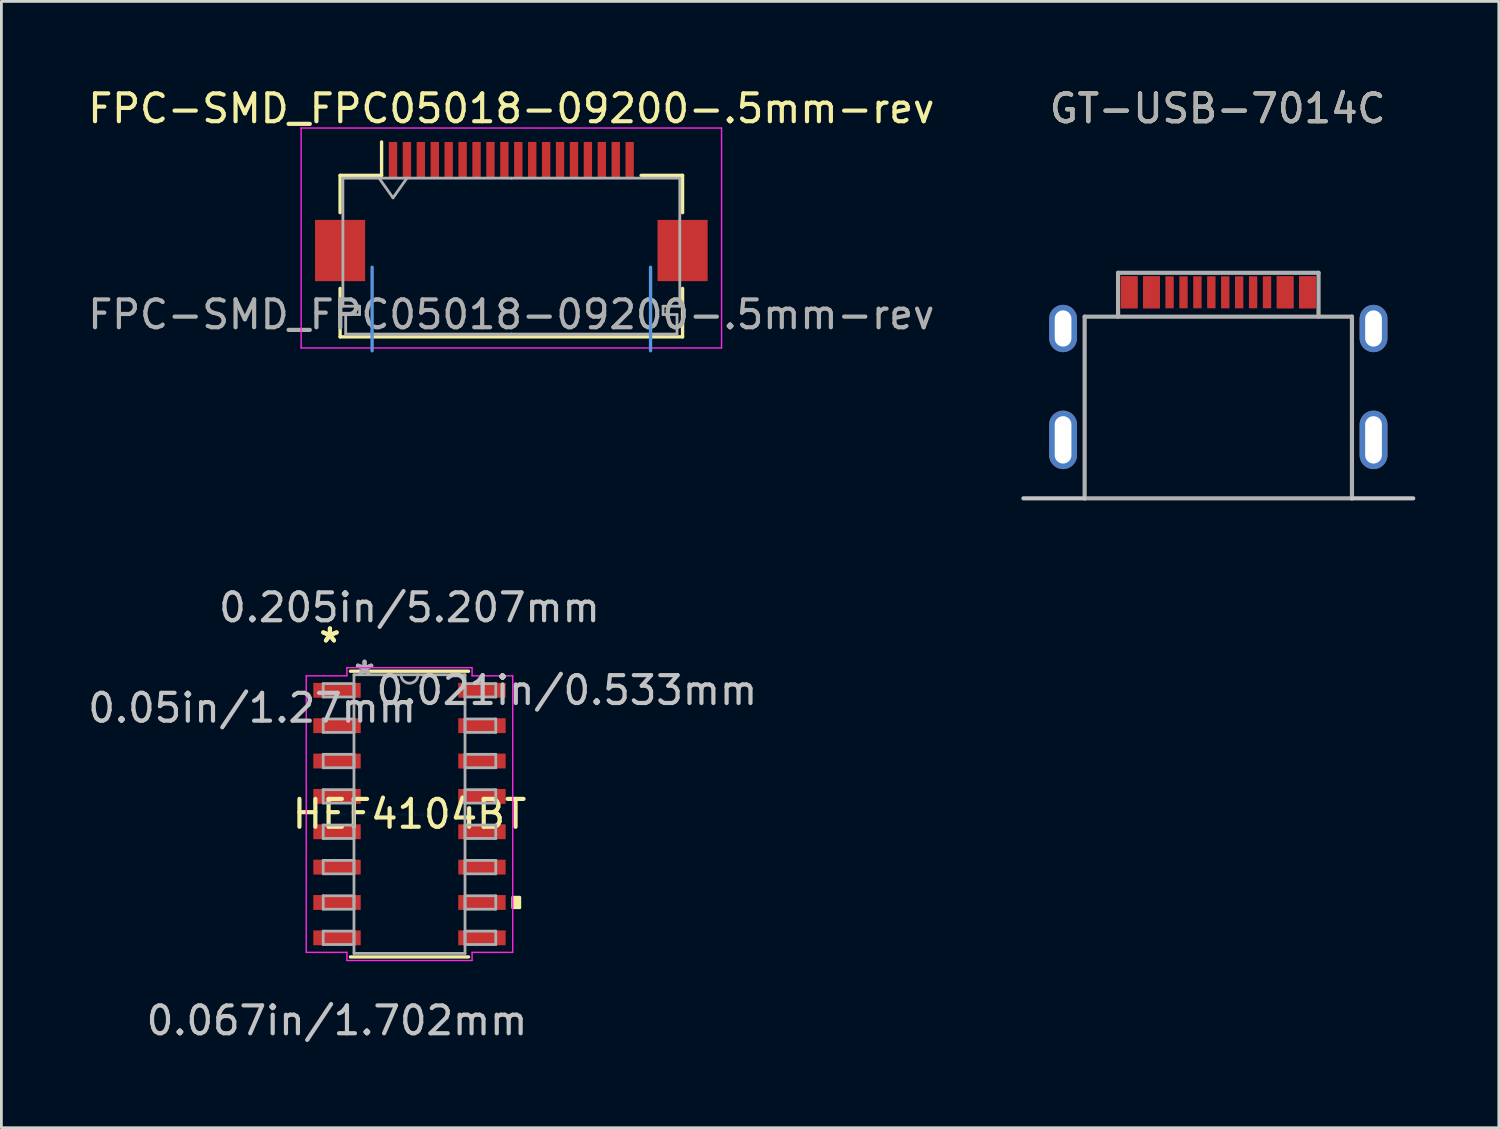
<source format=kicad_pcb>
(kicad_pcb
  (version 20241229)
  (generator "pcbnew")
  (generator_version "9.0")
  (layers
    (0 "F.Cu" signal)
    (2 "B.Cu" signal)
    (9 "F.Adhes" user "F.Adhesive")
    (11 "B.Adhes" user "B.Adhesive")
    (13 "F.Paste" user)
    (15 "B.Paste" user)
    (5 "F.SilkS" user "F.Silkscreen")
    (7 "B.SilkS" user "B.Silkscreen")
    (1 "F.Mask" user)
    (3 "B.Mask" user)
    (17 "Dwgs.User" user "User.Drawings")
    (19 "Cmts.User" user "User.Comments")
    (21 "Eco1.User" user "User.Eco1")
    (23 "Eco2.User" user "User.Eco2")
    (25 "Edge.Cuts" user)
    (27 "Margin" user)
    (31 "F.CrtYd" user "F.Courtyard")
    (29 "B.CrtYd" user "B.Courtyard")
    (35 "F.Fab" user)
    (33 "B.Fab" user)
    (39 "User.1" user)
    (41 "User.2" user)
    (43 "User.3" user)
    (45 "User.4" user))
  (footprint "GT-USB-7014C"
    (layer "F.Cu")
    (at 40.681 10.098)
    (property "Reference" "GT-USB-7014C" (at 0 -9.25 180) (layer "F.SilkS") (effects (font (size 1 1) (thickness 0.15))))
    (attr smd)
    (fp_line (start -4.775 4.75) (end -6.975 4.75) (stroke (width 0.15) (type solid)) (layer "Dwgs.User"))
    (fp_line (start 7.025 4.75) (end 4.825 4.75) (stroke (width 0.15) (type solid)) (layer "Dwgs.User"))
    (fp_line (start -4.775 -1.775) (end -4.775 4.75) (stroke (width 0.15) (type solid)) (layer "F.Fab"))
    (fp_line (start -3.575 -3.35) (end 3.625 -3.35) (stroke (width 0.15) (type solid)) (layer "F.Fab"))
    (fp_line (start -3.575 -1.775) (end -3.575 -3.35) (stroke (width 0.15) (type solid)) (layer "F.Fab"))
    (fp_line (start 3.625 -3.35) (end 3.625 -1.775) (stroke (width 0.15) (type solid)) (layer "F.Fab"))
    (fp_line (start 4.825 -1.775) (end -4.775 -1.775) (stroke (width 0.15) (type solid)) (layer "F.Fab"))
    (fp_line (start 4.825 -1.775) (end 4.825 4.75) (stroke (width 0.15) (type solid)) (layer "F.Fab"))
    (fp_line (start 4.825 4.75) (end -4.775 4.75) (stroke (width 0.15) (type solid)) (layer "F.Fab"))
    (fp_text user "${REFERENCE}" (at 0 -9.25 180) (layer "F.Fab") (effects (font (size 1 1) (thickness 0.15))))
    (pad "A1" smd rect (at -3.175 -2.65) (size 0.6 1.15) (layers "F.Cu" "F.Mask" "F.Paste"))
    (pad "A4" smd rect (at -2.375 -2.65) (size 0.6 1.15) (layers "F.Cu" "F.Mask" "F.Paste"))
    (pad "A5" smd rect (at -1.225 -2.65) (size 0.3 1.15) (layers "F.Cu" "F.Mask" "F.Paste"))
    (pad "A6" smd rect (at -0.225 -2.65) (size 0.3 1.15) (layers "F.Cu" "F.Mask" "F.Paste"))
    (pad "A7" smd rect (at 0.275 -2.65) (size 0.3 1.15) (layers "F.Cu" "F.Mask" "F.Paste"))
    (pad "A8" smd rect (at 1.275 -2.65) (size 0.3 1.15) (layers "F.Cu" "F.Mask" "F.Paste"))
    (pad "A9" smd rect (at 2.425 -2.65) (size 0.6 1.15) (layers "F.Cu" "F.Mask" "F.Paste"))
    (pad "A12" smd rect (at 3.225 -2.65) (size 0.6 1.15) (layers "F.Cu" "F.Mask" "F.Paste"))
    (pad "B1" smd rect (at 3.225 -2.65) (size 0.6 1.15) (layers "F.Cu" "F.Mask" "F.Paste"))
    (pad "B4" smd rect (at 2.425 -2.65) (size 0.6 1.15) (layers "F.Cu" "F.Mask" "F.Paste"))
    (pad "B5" smd rect (at 1.775 -2.65) (size 0.3 1.15) (layers "F.Cu" "F.Mask" "F.Paste"))
    (pad "B6" smd rect (at 0.775 -2.65) (size 0.3 1.15) (layers "F.Cu" "F.Mask" "F.Paste"))
    (pad "B7" smd rect (at -0.725 -2.65) (size 0.3 1.15) (layers "F.Cu" "F.Mask" "F.Paste"))
    (pad "B8" smd rect (at -1.725 -2.65) (size 0.3 1.15) (layers "F.Cu" "F.Mask" "F.Paste"))
    (pad "B9" smd rect (at -2.375 -2.65) (size 0.6 1.15) (layers "F.Cu" "F.Mask" "F.Paste"))
    (pad "B12" smd rect (at -3.175 -2.65) (size 0.6 1.15) (layers "F.Cu" "F.Mask" "F.Paste"))
    (pad "S1" thru_hole oval (at -5.55 -1.35) (size 1 1.7) (drill oval 0.6 1.3) (layers "*.Cu" "*.Mask"))
    (pad "S2" thru_hole oval (at 5.6 -1.35) (size 1 1.7) (drill oval 0.6 1.3) (layers "*.Cu" "*.Mask"))
    (pad "S3" thru_hole oval (at 5.6 2.65) (size 1 2.1) (drill oval 0.6 1.7) (layers "*.Cu" "*.Mask"))
    (pad "S4" thru_hole oval (at -5.55 2.65) (size 1 2.1) (drill oval 0.6 1.7) (layers "*.Cu" "*.Mask")))
  (footprint "HEF4104BT"
    (layer "F.Cu")
    (at 11.657 26.188)
    (property "Reference" "HEF4104BT" (at 0 0 0) (layer "F.SilkS") (effects (font (size 1 1) (thickness 0.15))))
    (attr through_hole)
    (fp_line (start -2.121 5.131) (end 2.121 5.131) (stroke (width 0.12) (type solid)) (layer "F.SilkS"))
    (fp_line (start 2.121 -5.131) (end -2.121 -5.131) (stroke (width 0.12) (type solid)) (layer "F.SilkS"))
    (fp_poly (pts (xy 3.962 2.985) (xy 3.962 3.365) (xy 3.708 3.365) (xy 3.708 2.985)) (stroke (width 0.1) (type solid)) (fill yes) (layer "F.SilkS"))
    (fp_line (start -3.708 -4.966) (end -2.248 -4.966) (stroke (width 0.05) (type solid)) (layer "F.CrtYd"))
    (fp_line (start -3.708 4.966) (end -3.708 -4.966) (stroke (width 0.05) (type solid)) (layer "F.CrtYd"))
    (fp_line (start -2.248 -5.258) (end 2.248 -5.258) (stroke (width 0.05) (type solid)) (layer "F.CrtYd"))
    (fp_line (start -2.248 -4.966) (end -2.248 -5.258) (stroke (width 0.05) (type solid)) (layer "F.CrtYd"))
    (fp_line (start -2.248 4.966) (end -3.708 4.966) (stroke (width 0.05) (type solid)) (layer "F.CrtYd"))
    (fp_line (start -2.248 5.258) (end -2.248 4.966) (stroke (width 0.05) (type solid)) (layer "F.CrtYd"))
    (fp_line (start 2.248 -5.258) (end 2.248 -4.966) (stroke (width 0.05) (type solid)) (layer "F.CrtYd"))
    (fp_line (start 2.248 -4.966) (end 3.708 -4.966) (stroke (width 0.05) (type solid)) (layer "F.CrtYd"))
    (fp_line (start 2.248 4.966) (end 2.248 5.258) (stroke (width 0.05) (type solid)) (layer "F.CrtYd"))
    (fp_line (start 2.248 5.258) (end -2.248 5.258) (stroke (width 0.05) (type solid)) (layer "F.CrtYd"))
    (fp_line (start 3.708 -4.966) (end 3.708 4.966) (stroke (width 0.05) (type solid)) (layer "F.CrtYd"))
    (fp_line (start 3.708 4.966) (end 2.248 4.966) (stroke (width 0.05) (type solid)) (layer "F.CrtYd"))
    (fp_line (start -3.099 -4.686) (end -3.099 -4.204) (stroke (width 0.1) (type solid)) (layer "F.Fab"))
    (fp_line (start -3.099 -4.204) (end -1.994 -4.204) (stroke (width 0.1) (type solid)) (layer "F.Fab"))
    (fp_line (start -3.099 -3.416) (end -3.099 -2.934) (stroke (width 0.1) (type solid)) (layer "F.Fab"))
    (fp_line (start -3.099 -2.934) (end -1.994 -2.934) (stroke (width 0.1) (type solid)) (layer "F.Fab"))
    (fp_line (start -3.099 -2.146) (end -3.099 -1.664) (stroke (width 0.1) (type solid)) (layer "F.Fab"))
    (fp_line (start -3.099 -1.664) (end -1.994 -1.664) (stroke (width 0.1) (type solid)) (layer "F.Fab"))
    (fp_line (start -3.099 -0.876) (end -3.099 -0.394) (stroke (width 0.1) (type solid)) (layer "F.Fab"))
    (fp_line (start -3.099 -0.394) (end -1.994 -0.394) (stroke (width 0.1) (type solid)) (layer "F.Fab"))
    (fp_line (start -3.099 0.394) (end -3.099 0.876) (stroke (width 0.1) (type solid)) (layer "F.Fab"))
    (fp_line (start -3.099 0.876) (end -1.994 0.876) (stroke (width 0.1) (type solid)) (layer "F.Fab"))
    (fp_line (start -3.099 1.664) (end -3.099 2.146) (stroke (width 0.1) (type solid)) (layer "F.Fab"))
    (fp_line (start -3.099 2.146) (end -1.994 2.146) (stroke (width 0.1) (type solid)) (layer "F.Fab"))
    (fp_line (start -3.099 2.934) (end -3.099 3.416) (stroke (width 0.1) (type solid)) (layer "F.Fab"))
    (fp_line (start -3.099 3.416) (end -1.994 3.416) (stroke (width 0.1) (type solid)) (layer "F.Fab"))
    (fp_line (start -3.099 4.204) (end -3.099 4.686) (stroke (width 0.1) (type solid)) (layer "F.Fab"))
    (fp_line (start -3.099 4.686) (end -1.994 4.686) (stroke (width 0.1) (type solid)) (layer "F.Fab"))
    (fp_line (start -1.994 -5.004) (end -1.994 5.004) (stroke (width 0.1) (type solid)) (layer "F.Fab"))
    (fp_line (start -1.994 -4.686) (end -3.099 -4.686) (stroke (width 0.1) (type solid)) (layer "F.Fab"))
    (fp_line (start -1.994 -4.204) (end -1.994 -4.686) (stroke (width 0.1) (type solid)) (layer "F.Fab"))
    (fp_line (start -1.994 -3.416) (end -3.099 -3.416) (stroke (width 0.1) (type solid)) (layer "F.Fab"))
    (fp_line (start -1.994 -2.934) (end -1.994 -3.416) (stroke (width 0.1) (type solid)) (layer "F.Fab"))
    (fp_line (start -1.994 -2.146) (end -3.099 -2.146) (stroke (width 0.1) (type solid)) (layer "F.Fab"))
    (fp_line (start -1.994 -1.664) (end -1.994 -2.146) (stroke (width 0.1) (type solid)) (layer "F.Fab"))
    (fp_line (start -1.994 -0.876) (end -3.099 -0.876) (stroke (width 0.1) (type solid)) (layer "F.Fab"))
    (fp_line (start -1.994 -0.394) (end -1.994 -0.876) (stroke (width 0.1) (type solid)) (layer "F.Fab"))
    (fp_line (start -1.994 0.394) (end -3.099 0.394) (stroke (width 0.1) (type solid)) (layer "F.Fab"))
    (fp_line (start -1.994 0.876) (end -1.994 0.394) (stroke (width 0.1) (type solid)) (layer "F.Fab"))
    (fp_line (start -1.994 1.664) (end -3.099 1.664) (stroke (width 0.1) (type solid)) (layer "F.Fab"))
    (fp_line (start -1.994 2.146) (end -1.994 1.664) (stroke (width 0.1) (type solid)) (layer "F.Fab"))
    (fp_line (start -1.994 2.934) (end -3.099 2.934) (stroke (width 0.1) (type solid)) (layer "F.Fab"))
    (fp_line (start -1.994 3.416) (end -1.994 2.934) (stroke (width 0.1) (type solid)) (layer "F.Fab"))
    (fp_line (start -1.994 4.204) (end -3.099 4.204) (stroke (width 0.1) (type solid)) (layer "F.Fab"))
    (fp_line (start -1.994 4.686) (end -1.994 4.204) (stroke (width 0.1) (type solid)) (layer "F.Fab"))
    (fp_line (start -1.994 5.004) (end 1.994 5.004) (stroke (width 0.1) (type solid)) (layer "F.Fab"))
    (fp_line (start 1.994 -5.004) (end -1.994 -5.004) (stroke (width 0.1) (type solid)) (layer "F.Fab"))
    (fp_line (start 1.994 -4.686) (end 1.994 -4.204) (stroke (width 0.1) (type solid)) (layer "F.Fab"))
    (fp_line (start 1.994 -4.204) (end 3.099 -4.204) (stroke (width 0.1) (type solid)) (layer "F.Fab"))
    (fp_line (start 1.994 -3.416) (end 1.994 -2.934) (stroke (width 0.1) (type solid)) (layer "F.Fab"))
    (fp_line (start 1.994 -2.934) (end 3.099 -2.934) (stroke (width 0.1) (type solid)) (layer "F.Fab"))
    (fp_line (start 1.994 -2.146) (end 1.994 -1.664) (stroke (width 0.1) (type solid)) (layer "F.Fab"))
    (fp_line (start 1.994 -1.664) (end 3.099 -1.664) (stroke (width 0.1) (type solid)) (layer "F.Fab"))
    (fp_line (start 1.994 -0.876) (end 1.994 -0.394) (stroke (width 0.1) (type solid)) (layer "F.Fab"))
    (fp_line (start 1.994 -0.394) (end 3.099 -0.394) (stroke (width 0.1) (type solid)) (layer "F.Fab"))
    (fp_line (start 1.994 0.394) (end 1.994 0.876) (stroke (width 0.1) (type solid)) (layer "F.Fab"))
    (fp_line (start 1.994 0.876) (end 3.099 0.876) (stroke (width 0.1) (type solid)) (layer "F.Fab"))
    (fp_line (start 1.994 1.664) (end 1.994 2.146) (stroke (width 0.1) (type solid)) (layer "F.Fab"))
    (fp_line (start 1.994 2.146) (end 3.099 2.146) (stroke (width 0.1) (type solid)) (layer "F.Fab"))
    (fp_line (start 1.994 2.934) (end 1.994 3.416) (stroke (width 0.1) (type solid)) (layer "F.Fab"))
    (fp_line (start 1.994 3.416) (end 3.099 3.416) (stroke (width 0.1) (type solid)) (layer "F.Fab"))
    (fp_line (start 1.994 4.204) (end 1.994 4.686) (stroke (width 0.1) (type solid)) (layer "F.Fab"))
    (fp_line (start 1.994 4.686) (end 3.099 4.686) (stroke (width 0.1) (type solid)) (layer "F.Fab"))
    (fp_line (start 1.994 5.004) (end 1.994 -5.004) (stroke (width 0.1) (type solid)) (layer "F.Fab"))
    (fp_line (start 3.099 -4.686) (end 1.994 -4.686) (stroke (width 0.1) (type solid)) (layer "F.Fab"))
    (fp_line (start 3.099 -4.204) (end 3.099 -4.686) (stroke (width 0.1) (type solid)) (layer "F.Fab"))
    (fp_line (start 3.099 -3.416) (end 1.994 -3.416) (stroke (width 0.1) (type solid)) (layer "F.Fab"))
    (fp_line (start 3.099 -2.934) (end 3.099 -3.416) (stroke (width 0.1) (type solid)) (layer "F.Fab"))
    (fp_line (start 3.099 -2.146) (end 1.994 -2.146) (stroke (width 0.1) (type solid)) (layer "F.Fab"))
    (fp_line (start 3.099 -1.664) (end 3.099 -2.146) (stroke (width 0.1) (type solid)) (layer "F.Fab"))
    (fp_line (start 3.099 -0.876) (end 1.994 -0.876) (stroke (width 0.1) (type solid)) (layer "F.Fab"))
    (fp_line (start 3.099 -0.394) (end 3.099 -0.876) (stroke (width 0.1) (type solid)) (layer "F.Fab"))
    (fp_line (start 3.099 0.394) (end 1.994 0.394) (stroke (width 0.1) (type solid)) (layer "F.Fab"))
    (fp_line (start 3.099 0.876) (end 3.099 0.394) (stroke (width 0.1) (type solid)) (layer "F.Fab"))
    (fp_line (start 3.099 1.664) (end 1.994 1.664) (stroke (width 0.1) (type solid)) (layer "F.Fab"))
    (fp_line (start 3.099 2.146) (end 3.099 1.664) (stroke (width 0.1) (type solid)) (layer "F.Fab"))
    (fp_line (start 3.099 2.934) (end 1.994 2.934) (stroke (width 0.1) (type solid)) (layer "F.Fab"))
    (fp_line (start 3.099 3.416) (end 3.099 2.934) (stroke (width 0.1) (type solid)) (layer "F.Fab"))
    (fp_line (start 3.099 4.204) (end 1.994 4.204) (stroke (width 0.1) (type solid)) (layer "F.Fab"))
    (fp_line (start 3.099 4.686) (end 3.099 4.204) (stroke (width 0.1) (type solid)) (layer "F.Fab"))
    (fp_arc (start 0.3048 -5.0038) (mid 0 -4.699) (end -0.3048 -5.0038) (stroke (width 0.1) (type solid)) (layer "F.Fab"))
    (fp_text user "*" (at -2.857 -6.121 0) (layer "F.SilkS") (effects (font (size 1 1) (thickness 0.15))))
    (fp_text user "*" (at -2.857 -6.121 0) (layer "F.SilkS") (effects (font (size 1 1) (thickness 0.15))))
    (fp_text user "0.067in/1.702mm" (at -2.603 7.417 0) (layer "Dwgs.User") (effects (font (size 1 1) (thickness 0.15))))
    (fp_text user "0.021in/0.533mm" (at 5.652 -4.445 0) (layer "Dwgs.User") (effects (font (size 1 1) (thickness 0.15))))
    (fp_text user "0.05in/1.27mm" (at -5.652 -3.81 0) (layer "Dwgs.User") (effects (font (size 1 1) (thickness 0.15))))
    (fp_text user "0.205in/5.207mm" (at 0 -7.417 0) (layer "Dwgs.User") (effects (font (size 1 1) (thickness 0.15))))
    (fp_text user "Copyright 2021 Accelerated Designs. All rights reserved." (at 0 0 0) (layer "Cmts.User") (effects (font (size 0.127 0.127) (thickness 0.002))))
    (fp_text user "*" (at -1.613 -4.928 0) (layer "F.Fab") (effects (font (size 1 1) (thickness 0.15))))
    (fp_text user "*" (at -1.613 -4.928 0) (layer "F.Fab") (effects (font (size 1 1) (thickness 0.15))))
    (pad "1" smd rect (at -2.603 -4.445) (size 1.702 0.533) (layers "F.Cu" "F.Mask" "F.Paste"))
    (pad "2" smd rect (at -2.603 -3.175) (size 1.702 0.533) (layers "F.Cu" "F.Mask" "F.Paste"))
    (pad "3" smd rect (at -2.603 -1.905) (size 1.702 0.533) (layers "F.Cu" "F.Mask" "F.Paste"))
    (pad "4" smd rect (at -2.603 -0.635) (size 1.702 0.533) (layers "F.Cu" "F.Mask" "F.Paste"))
    (pad "5" smd rect (at -2.603 0.635) (size 1.702 0.533) (layers "F.Cu" "F.Mask" "F.Paste"))
    (pad "6" smd rect (at -2.603 1.905) (size 1.702 0.533) (layers "F.Cu" "F.Mask" "F.Paste"))
    (pad "7" smd rect (at -2.603 3.175) (size 1.702 0.533) (layers "F.Cu" "F.Mask" "F.Paste"))
    (pad "8" smd rect (at -2.603 4.445) (size 1.702 0.533) (layers "F.Cu" "F.Mask" "F.Paste"))
    (pad "9" smd rect (at 2.603 4.445) (size 1.702 0.533) (layers "F.Cu" "F.Mask" "F.Paste"))
    (pad "10" smd rect (at 2.603 3.175) (size 1.702 0.533) (layers "F.Cu" "F.Mask" "F.Paste"))
    (pad "11" smd rect (at 2.603 1.905) (size 1.702 0.533) (layers "F.Cu" "F.Mask" "F.Paste"))
    (pad "12" smd rect (at 2.603 0.635) (size 1.702 0.533) (layers "F.Cu" "F.Mask" "F.Paste"))
    (pad "13" smd rect (at 2.603 -0.635) (size 1.702 0.533) (layers "F.Cu" "F.Mask" "F.Paste"))
    (pad "14" smd rect (at 2.603 -1.905) (size 1.702 0.533) (layers "F.Cu" "F.Mask" "F.Paste"))
    (pad "15" smd rect (at 2.603 -3.175) (size 1.702 0.533) (layers "F.Cu" "F.Mask" "F.Paste"))
    (pad "16" smd rect (at 2.603 -4.445) (size 1.702 0.533) (layers "F.Cu" "F.Mask" "F.Paste")))
  (footprint "FPC-SMD_FPC05018-09200-.5mm-rev"
    (layer "F.Cu")
    (at 15.315 4.548)
    (property "Reference" "FPC-SMD_FPC05018-09200-.5mm-rev" (at 0 -3.7 0) (layer "F.SilkS") (effects (font (size 1 1) (thickness 0.15))))
    (attr smd)
    (fp_line (start -6.15 -1.3) (end -6.15 0.04) (stroke (width 0.12) (type solid)) (layer "F.SilkS"))
    (fp_line (start -6.15 2.76) (end -6.15 4.5) (stroke (width 0.12) (type solid)) (layer "F.SilkS"))
    (fp_line (start -6.15 4.5) (end 6.15 4.5) (stroke (width 0.12) (type solid)) (layer "F.SilkS"))
    (fp_line (start -4.66 -1.3) (end -6.15 -1.3) (stroke (width 0.12) (type solid)) (layer "F.SilkS"))
    (fp_line (start -4.66 -1.3) (end -4.66 -2.5) (stroke (width 0.12) (type solid)) (layer "F.SilkS"))
    (fp_line (start 4.66 -1.3) (end 6.15 -1.3) (stroke (width 0.12) (type solid)) (layer "F.SilkS"))
    (fp_line (start 6.15 -1.3) (end 6.15 0.04) (stroke (width 0.12) (type solid)) (layer "F.SilkS"))
    (fp_line (start 6.15 4.5) (end 6.15 2.76) (stroke (width 0.12) (type solid)) (layer "F.SilkS"))
    (fp_line (start -5 2) (end -5 5) (stroke (width 0.12) (type default)) (layer "Cmts.User"))
    (fp_line (start 5 2) (end 5 5) (stroke (width 0.12) (type default)) (layer "Cmts.User"))
    (fp_line (start -7.55 -3) (end -7.55 4.9) (stroke (width 0.05) (type solid)) (layer "F.CrtYd"))
    (fp_line (start -7.55 4.9) (end 7.55 4.9) (stroke (width 0.05) (type solid)) (layer "F.CrtYd"))
    (fp_line (start 7.55 -3) (end -7.55 -3) (stroke (width 0.05) (type solid)) (layer "F.CrtYd"))
    (fp_line (start 7.55 4.9) (end 7.55 -3) (stroke (width 0.05) (type solid)) (layer "F.CrtYd"))
    (fp_line (start -6.05 -1.2) (end -6.05 3.4) (stroke (width 0.1) (type solid)) (layer "F.Fab"))
    (fp_line (start -6.05 3.4) (end -5.45 3.4) (stroke (width 0.1) (type solid)) (layer "F.Fab"))
    (fp_line (start -5.95 3.7) (end -5.95 4.4) (stroke (width 0.1) (type solid)) (layer "F.Fab"))
    (fp_line (start -5.95 4.4) (end 0 4.4) (stroke (width 0.1) (type solid)) (layer "F.Fab"))
    (fp_line (start -5.45 3.4) (end -5.45 3.7) (stroke (width 0.1) (type solid)) (layer "F.Fab"))
    (fp_line (start -5.45 3.7) (end -5.95 3.7) (stroke (width 0.1) (type solid)) (layer "F.Fab"))
    (fp_line (start -4.75 -1.2) (end -4.25 -0.493) (stroke (width 0.1) (type solid)) (layer "F.Fab"))
    (fp_line (start -4.25 -0.493) (end -3.75 -1.2) (stroke (width 0.1) (type solid)) (layer "F.Fab"))
    (fp_line (start 0 -1.2) (end -6.05 -1.2) (stroke (width 0.1) (type solid)) (layer "F.Fab"))
    (fp_line (start 0 -1.2) (end 6.05 -1.2) (stroke (width 0.1) (type solid)) (layer "F.Fab"))
    (fp_line (start 5.45 3.4) (end 5.45 3.7) (stroke (width 0.1) (type solid)) (layer "F.Fab"))
    (fp_line (start 5.45 3.7) (end 5.95 3.7) (stroke (width 0.1) (type solid)) (layer "F.Fab"))
    (fp_line (start 5.95 3.7) (end 5.95 4.4) (stroke (width 0.1) (type solid)) (layer "F.Fab"))
    (fp_line (start 5.95 4.4) (end 0 4.4) (stroke (width 0.1) (type solid)) (layer "F.Fab"))
    (fp_line (start 6.05 -1.2) (end 6.05 3.4) (stroke (width 0.1) (type solid)) (layer "F.Fab"))
    (fp_line (start 6.05 3.4) (end 5.45 3.4) (stroke (width 0.1) (type solid)) (layer "F.Fab"))
    (fp_text user "${REFERENCE}" (at 0 3.7 0) (layer "F.Fab") (effects (font (size 1 1) (thickness 0.15))))
    (pad "1" smd rect (at -4.25 -1.85) (size 0.3 1.3) (layers "F.Cu" "F.Mask" "F.Paste"))
    (pad "2" smd rect (at -3.75 -1.85) (size 0.3 1.3) (layers "F.Cu" "F.Mask" "F.Paste"))
    (pad "3" smd rect (at -3.25 -1.85) (size 0.3 1.3) (layers "F.Cu" "F.Mask" "F.Paste"))
    (pad "4" smd rect (at -2.75 -1.85) (size 0.3 1.3) (layers "F.Cu" "F.Mask" "F.Paste"))
    (pad "5" smd rect (at -2.25 -1.85) (size 0.3 1.3) (layers "F.Cu" "F.Mask" "F.Paste"))
    (pad "6" smd rect (at -1.75 -1.85) (size 0.3 1.3) (layers "F.Cu" "F.Mask" "F.Paste"))
    (pad "7" smd rect (at -1.25 -1.85) (size 0.3 1.3) (layers "F.Cu" "F.Mask" "F.Paste"))
    (pad "8" smd rect (at -0.75 -1.85) (size 0.3 1.3) (layers "F.Cu" "F.Mask" "F.Paste"))
    (pad "9" smd rect (at -0.25 -1.85) (size 0.3 1.3) (layers "F.Cu" "F.Mask" "F.Paste"))
    (pad "10" smd rect (at 0.25 -1.85) (size 0.3 1.3) (layers "F.Cu" "F.Mask" "F.Paste"))
    (pad "11" smd rect (at 0.75 -1.85) (size 0.3 1.3) (layers "F.Cu" "F.Mask" "F.Paste"))
    (pad "12" smd rect (at 1.25 -1.85) (size 0.3 1.3) (layers "F.Cu" "F.Mask" "F.Paste"))
    (pad "13" smd rect (at 1.75 -1.85) (size 0.3 1.3) (layers "F.Cu" "F.Mask" "F.Paste"))
    (pad "14" smd rect (at 2.25 -1.85) (size 0.3 1.3) (layers "F.Cu" "F.Mask" "F.Paste"))
    (pad "15" smd rect (at 2.75 -1.85) (size 0.3 1.3) (layers "F.Cu" "F.Mask" "F.Paste"))
    (pad "16" smd rect (at 3.25 -1.85) (size 0.3 1.3) (layers "F.Cu" "F.Mask" "F.Paste"))
    (pad "17" smd rect (at 3.75 -1.85) (size 0.3 1.3) (layers "F.Cu" "F.Mask" "F.Paste"))
    (pad "18" smd rect (at 4.25 -1.85) (size 0.3 1.3) (layers "F.Cu" "F.Mask" "F.Paste"))
    (pad "MP" smd rect (at -6.15 1.4) (size 1.8 2.2) (layers "F.Cu" "F.Mask" "F.Paste"))
    (pad "MP" smd rect (at 6.15 1.4) (size 1.8 2.2) (layers "F.Cu" "F.Mask" "F.Paste")))
  (gr_rect
    (start -3 -3)
    (end 50.781 37.453)
    (stroke (width 0.1) (type default))
    (fill no)
    (layer "Edge.Cuts")))
</source>
